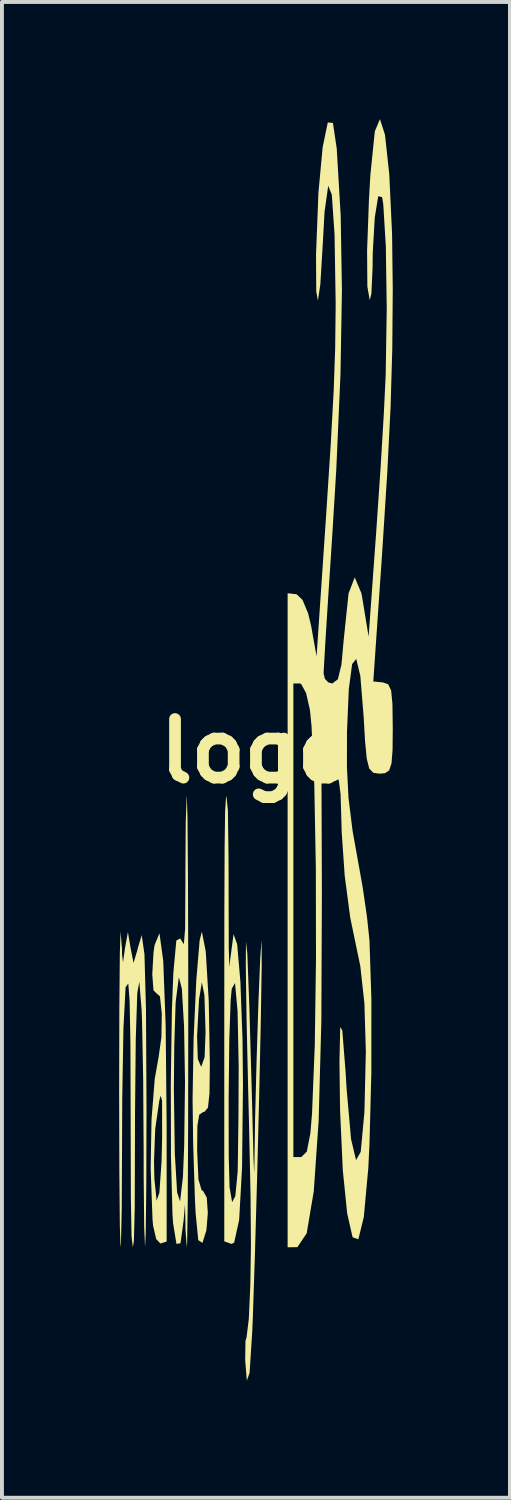
<source format=kicad_pcb>
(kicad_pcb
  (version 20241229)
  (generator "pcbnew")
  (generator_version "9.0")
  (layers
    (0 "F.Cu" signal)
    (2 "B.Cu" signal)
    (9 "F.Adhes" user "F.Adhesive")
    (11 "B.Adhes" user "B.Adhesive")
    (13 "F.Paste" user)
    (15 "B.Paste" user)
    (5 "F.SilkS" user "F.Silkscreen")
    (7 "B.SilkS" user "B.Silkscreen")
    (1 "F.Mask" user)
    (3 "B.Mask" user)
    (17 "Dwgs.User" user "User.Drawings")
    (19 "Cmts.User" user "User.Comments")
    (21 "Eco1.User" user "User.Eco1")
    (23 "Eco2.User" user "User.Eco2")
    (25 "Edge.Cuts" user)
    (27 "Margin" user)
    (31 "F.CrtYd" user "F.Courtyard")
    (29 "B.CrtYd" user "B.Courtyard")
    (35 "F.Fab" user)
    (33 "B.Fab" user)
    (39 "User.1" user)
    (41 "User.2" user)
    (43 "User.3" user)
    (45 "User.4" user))
  (footprint "logo"
    (layer "F.Cu")
    (at 3.502 16.178)
    (property "Reference" "logo" (at 0 0 0) (layer "F.SilkS") (effects (font (size 1.5 1.5) (thickness 0.3))))
    (attr board_only exclude_from_pos_files exclude_from_bom)
    (fp_poly (pts (xy 0.145 4.881) (xy 0.147 5.518) (xy 0.124 6.918) (xy 0.083 8.797) (xy 0.031 10.875) (xy -0.026 12.871) (xy -0.08 14.502) (xy -0.095 14.859) (xy -0.163 15.916) (xy -0.233 16.113) (xy -0.276 15.586) (xy -0.268 15.094) (xy -0.241 15.009) (xy -0.183 14.536) (xy -0.144 13.668) (xy -0.128 12.661) (xy -0.138 11.373) (xy -0.179 9.482) (xy -0.197 8.768) (xy -0.24 6.878) (xy -0.26 5.483) (xy -0.255 4.877) (xy -0.221 5.182) (xy -0.169 6.551) (xy -0.101 8.931) (xy -0.064 10.391) (xy -0.045 10.81) (xy -0.04 10.583) (xy -0.022 9.425) (xy 0.016 7.934) (xy 0.063 6.45) (xy 0.109 5.314) (xy 0.141 4.865)) (stroke (width 0) (type solid)) (fill yes) (layer "F.SilkS"))
    (fp_poly (pts (xy -2.373 5.371) (xy -2.311 7.031) (xy -2.286 9.573) (xy -2.286 9.869) (xy -2.286 12.554) (xy -2.446 12.604) (xy -2.554 12.49) (xy -2.634 12.143) (xy -2.648 11.984) (xy -2.695 10.676) (xy -2.692 10.509) (xy -2.61 10.509) (xy -2.6 10.951) (xy -2.543 11.505) (xy -2.472 11.303) (xy -2.416 10.503) (xy -2.402 9.904) (xy -2.403 8.944) (xy -2.443 8.821) (xy -2.476 8.959) (xy -2.579 9.674) (xy -2.61 10.509) (xy -2.692 10.509) (xy -2.673 9.421) (xy -2.59 8.381) (xy -2.495 7.851) (xy -2.42 7.324) (xy -2.41 6.718) (xy -2.458 6.276) (xy -2.538 6.208) (xy -2.623 6.123) (xy -2.654 5.713) (xy -2.623 5.16) (xy -2.596 4.969) (xy -2.47 4.661)) (stroke (width 0) (type solid)) (fill yes) (layer "F.SilkS"))
    (fp_poly (pts (xy -1.285 5.13) (xy -1.208 6.407) (xy -1.18 7.983) (xy -1.189 8.757) (xy -1.228 9.126) (xy -1.318 9.234) (xy -1.348 9.236) (xy -1.452 9.307) (xy -1.499 9.59) (xy -1.505 10.191) (xy -1.504 10.247) (xy -1.472 10.967) (xy -1.389 11.244) (xy -1.354 11.257) (xy -1.259 11.428) (xy -1.232 11.823) (xy -1.268 12.265) (xy -1.366 12.578) (xy -1.373 12.587) (xy -1.477 12.518) (xy -1.544 11.831) (xy -1.563 11.449) (xy -1.608 10.005) (xy -1.622 8.897) (xy -1.595 7.343) (xy -1.593 7.299) (xy -1.507 7.299) (xy -1.488 7.884) (xy -1.401 8.082) (xy -1.314 7.832) (xy -1.29 7.198) (xy -1.319 6.245) (xy -1.385 5.92) (xy -1.457 6.356) (xy -1.507 7.299) (xy -1.593 7.299) (xy -1.527 5.86) (xy -1.441 4.843) (xy -1.385 4.618)) (stroke (width 0) (type solid)) (fill yes) (layer "F.SilkS"))
    (fp_poly (pts (xy -0.718 1.518) (xy -0.702 2.736) (xy -0.7 3.579) (xy -0.696 5.051) (xy -0.68 5.533) (xy -0.656 5.311) (xy -0.573 4.685) (xy -0.481 4.943) (xy -0.398 5.901) (xy -0.344 7.375) (xy -0.332 8.531) (xy -0.356 10.669) (xy -0.43 12.002) (xy -0.558 12.581) (xy -0.628 12.614) (xy -0.811 12.549) (xy -0.811 8.881) (xy -0.699 8.881) (xy -0.697 10.356) (xy -0.676 11.161) (xy -0.61 11.547) (xy -0.528 11.389) (xy -0.47 10.786) (xy -0.465 10.632) (xy -0.448 9.38) (xy -0.442 8.074) (xy -0.47 6.664) (xy -0.536 5.936) (xy -0.619 6.081) (xy -0.647 6.373) (xy -0.682 7.367) (xy -0.699 8.881) (xy -0.811 8.881) (xy -0.811 6.852) (xy -0.809 4.18) (xy -0.802 2.471) (xy -0.789 1.534) (xy -0.766 1.177) (xy -0.756 1.155)) (stroke (width 0) (type solid)) (fill yes) (layer "F.SilkS"))
    (fp_poly (pts (xy -1.752 1.703) (xy -1.74 3.239) (xy -1.733 5.595) (xy -1.733 6.927) (xy -1.736 9.609) (xy -1.746 11.548) (xy -1.761 12.577) (xy -1.77 12.7) (xy -1.804 12.247) (xy -1.806 12.007) (xy -1.817 11.606) (xy -1.851 12.007) (xy -1.931 12.597) (xy -2.035 12.614) (xy -2.122 12.08) (xy -2.137 11.85) (xy -2.175 10.387) (xy -2.179 8.659) (xy -2.101 8.659) (xy -2.077 10.305) (xy -2.018 11.296) (xy -1.942 11.528) (xy -1.869 10.895) (xy -1.837 10.102) (xy -1.816 8.467) (xy -1.84 7.051) (xy -1.897 6.082) (xy -1.973 5.787) (xy -2.052 6.395) (xy -2.057 6.465) (xy -2.091 7.545) (xy -2.101 8.659) (xy -2.179 8.659) (xy -2.179 8.46) (xy -2.151 6.609) (xy -2.115 5.684) (xy -2.038 4.847) (xy -1.936 4.795) (xy -1.927 4.817) (xy -1.846 4.943) (xy -1.813 4.55) (xy -1.806 3.337) (xy -1.806 3.139) (xy -1.797 1.818) (xy -1.774 1.168) (xy -1.77 1.155)) (stroke (width 0) (type solid)) (fill yes) (layer "F.SilkS"))
    (fp_poly (pts (xy -3.43 5.058) (xy -3.428 5.2) (xy -3.403 5.408) (xy -3.355 5.061) (xy -3.278 4.634) (xy -3.211 5.027) (xy -3.134 5.423) (xy -3.035 5.091) (xy -3.029 5.057) (xy -2.924 4.71) (xy -2.854 5.199) (xy -2.815 6.612) (xy -2.802 9.036) (xy -2.802 9.307) (xy -2.807 11.123) (xy -2.822 12.351) (xy -2.839 12.7) (xy -2.861 12.185) (xy -2.874 10.889) (xy -2.875 10.213) (xy -2.887 8.387) (xy -2.916 6.906) (xy -2.927 6.626) (xy -2.986 5.901) (xy -3.038 6.198) (xy -3.077 7.387) (xy -3.096 9.337) (xy -3.097 9.884) (xy -3.103 11.675) (xy -3.124 12.536) (xy -3.152 12.7) (xy -3.185 12.416) (xy -3.202 11.42) (xy -3.207 9.507) (xy -3.213 7.505) (xy -3.234 6.393) (xy -3.268 5.949) (xy -3.337 6.042) (xy -3.392 7.092) (xy -3.423 8.909) (xy -3.428 10.213) (xy -3.436 11.723) (xy -3.455 12.606) (xy -3.465 12.7) (xy -3.484 12.166) (xy -3.497 10.735) (xy -3.502 8.663) (xy -3.502 8.659) (xy -3.497 6.586) (xy -3.484 5.154) (xy -3.465 4.618) (xy -3.465 4.618)) (stroke (width 0) (type solid)) (fill yes) (layer "F.SilkS"))
    (fp_poly (pts (xy 3.303 -15.78) (xy 3.413 -14.766) (xy 3.485 -13.228) (xy 3.502 -11.822) (xy 3.49 -10.303) (xy 3.447 -8.821) (xy 3.363 -7.15) (xy 3.23 -5.064) (xy 3.211 -4.789) (xy 3.004 -1.784) (xy 3.253 -1.758) (xy 3.386 -1.71) (xy 3.461 -1.551) (xy 3.494 -1.204) (xy 3.502 -0.593) (xy 3.502 -0.577) (xy 3.497 -0.031) (xy 3.471 0.309) (xy 3.411 0.492) (xy 3.303 0.565) (xy 3.166 0.577) (xy 3.006 0.555) (xy 2.901 0.448) (xy 2.836 0.193) (xy 2.792 -0.27) (xy 2.758 -0.866) (xy 2.672 -1.926) (xy 2.567 -2.361) (xy 2.462 -2.228) (xy 2.377 -1.583) (xy 2.33 -0.485) (xy 2.329 0.405) (xy 2.369 1.195) (xy 2.473 2.036) (xy 2.597 2.729) (xy 2.732 3.482) (xy 2.842 4.24) (xy 2.906 4.845) (xy 2.907 4.866) (xy 2.955 6.352) (xy 2.954 8.231) (xy 2.906 10.067) (xy 2.876 10.675) (xy 2.761 11.928) (xy 2.621 12.497) (xy 2.474 12.445) (xy 2.335 11.834) (xy 2.223 10.726) (xy 2.153 9.183) (xy 2.138 7.953) (xy 2.157 7.062) (xy 2.21 7.149) (xy 2.294 8.205) (xy 2.322 8.659) (xy 2.434 9.928) (xy 2.562 10.469) (xy 2.682 10.258) (xy 2.774 9.272) (xy 2.779 9.147) (xy 2.813 7.685) (xy 2.776 6.453) (xy 2.671 5.501) (xy 2.608 5.2) (xy 2.412 4.253) (xy 2.272 3.19) (xy 2.195 2.074) (xy 2.185 1.713) (xy 2.166 1.096) (xy 2.121 0.751) (xy 2.034 0.603) (xy 1.922 0.576) (xy 1.677 0.576) (xy 1.688 3.607) (xy 1.674 6.912) (xy 1.605 9.462) (xy 1.48 11.268) (xy 1.299 12.343) (xy 1.06 12.699) (xy 0.811 12.7) (xy 0.811 4.33) (xy 0.811 -1.732) (xy 0.958 -1.732) (xy 0.958 4.33) (xy 0.958 10.391) (xy 1.161 10.391) (xy 1.302 10.252) (xy 1.394 9.776) (xy 1.436 9.269) (xy 1.506 7.522) (xy 1.537 5.315) (xy 1.533 2.989) (xy 1.494 0.885) (xy 1.422 -0.654) (xy 1.381 -1.059) (xy 1.284 -1.485) (xy 1.158 -1.718) (xy 1.123 -1.732) (xy 0.958 -1.732) (xy 0.811 -1.732) (xy 0.811 -4.041) (xy 1.041 -4.016) (xy 1.192 -3.871) (xy 1.336 -3.526) (xy 1.412 -3.209) (xy 1.552 -2.427) (xy 1.796 -6.031) (xy 1.916 -7.88) (xy 1.99 -9.229) (xy 2.028 -10.309) (xy 2.04 -11.352) (xy 2.04 -11.507) (xy 2.012 -13.226) (xy 1.942 -14.245) (xy 1.85 -14.472) (xy 1.757 -13.815) (xy 1.711 -12.989) (xy 1.648 -11.949) (xy 1.586 -11.534) (xy 1.543 -11.773) (xy 1.538 -12.696) (xy 1.538 -12.714) (xy 1.599 -14.289) (xy 1.707 -15.457) (xy 1.839 -16.094) (xy 1.971 -16.079) (xy 2.068 -15.424) (xy 2.169 -13.711) (xy 2.201 -11.799) (xy 2.164 -9.648) (xy 2.057 -7.219) (xy 1.952 -5.499) (xy 1.851 -3.964) (xy 1.774 -2.749) (xy 1.735 -2.057) (xy 1.733 -1.98) (xy 1.766 -1.849) (xy 1.853 -1.759) (xy 1.954 -1.732) (xy 2.097 -1.839) (xy 2.189 -2.215) (xy 2.247 -2.854) (xy 2.371 -4.038) (xy 2.529 -4.449) (xy 2.7 -4.04) (xy 2.735 -3.845) (xy 2.884 -2.928) (xy 3.081 -5.649) (xy 3.187 -7.197) (xy 3.273 -8.629) (xy 3.321 -9.625) (xy 3.348 -11.321) (xy 3.325 -12.915) (xy 3.259 -14.003) (xy 3.229 -14.183) (xy 3.13 -14.204) (xy 3.042 -13.662) (xy 2.99 -12.757) (xy 2.986 -12.391) (xy 2.955 -11.706) (xy 2.912 -11.545) (xy 2.852 -11.894) (xy 2.845 -12.814) (xy 2.893 -14.122) (xy 2.929 -14.747) (xy 3.043 -15.865) (xy 3.174 -16.178)) (stroke (width 0) (type solid)) (fill yes) (layer "F.SilkS")))
  (gr_rect
    (start -3 -3)
    (end 10.004 35.291)
    (stroke (width 0.1) (type default))
    (fill no)
    (layer "Edge.Cuts")))
</source>
